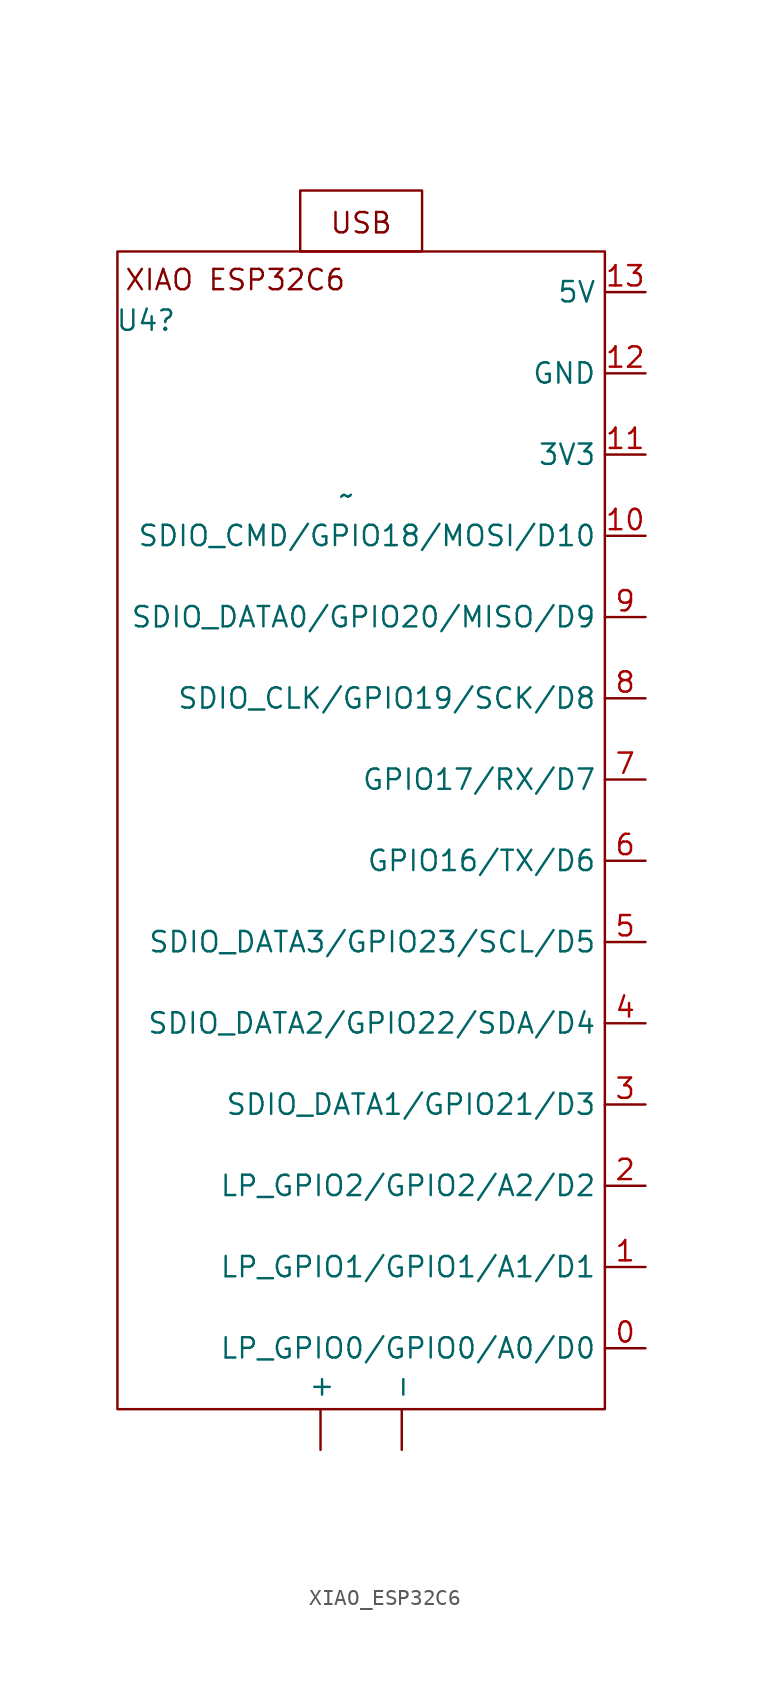
<source format=kicad_sym>
(kicad_symbol_lib
  (version 20231120)
  (generator "kicad_symbol_editor")
  (generator_version "8.0")
  (symbol "XIAO_ESP32C6"
    (property "Reference" "U4"
      (at -13.462 28.702 0)
      (effects (font (size 1.27 1.27))))
    (property "Value" "~"
      (at -0.917 17.78 0)
      (effects (font (size 1.27 1.27))))
    (symbol "XIAO_ESP32C6_0_1"
      (rectangle (start -15.24 33.02) (end 15.24 -39.37) (stroke (width 0) (type default)) (fill (type none))))
    (symbol "XIAO_ESP32C6_1_1"
      (rectangle (start -3.81 36.83) (end 3.81 33.02) (stroke (width 0) (type default)) (fill (type none)))
      (text "USB" (at 0 34.798 0) (effects (font (size 1.27 1.27))))
      (text "XIAO ESP32C6" (at -7.874 31.242 0) (effects (font (size 1.27 1.27))))
      (pin power_in line (at -2.54 -41.91 90) (length 2.54) (name "+" (effects (font (size 1.27 1.27)))) (number "" (effects (font (size 1.27 1.27)))))
      (pin power_in line (at 2.54 -41.91 90) (length 2.54) (name "-" (effects (font (size 1.27 1.27)))) (number "" (effects (font (size 1.27 1.27)))))
      (pin bidirectional line (at 17.78 -35.56 180) (length 2.54) (name "LP_GPIO0/GPIO0/A0/D0" (effects (font (size 1.27 1.27)))) (number "0" (effects (font (size 1.27 1.27)))))
      (pin bidirectional line (at 17.78 -30.48 180) (length 2.54) (name "LP_GPIO1/GPIO1/A1/D1" (effects (font (size 1.27 1.27)))) (number "1" (effects (font (size 1.27 1.27)))))
      (pin bidirectional line (at 17.78 15.24 180) (length 2.54) (name "SDIO_CMD/GPIO18/MOSI/D10" (effects (font (size 1.27 1.27)))) (number "10" (effects (font (size 1.27 1.27)))))
      (pin power_in line (at 17.78 20.32 180) (length 2.54) (name "3V3" (effects (font (size 1.27 1.27)))) (number "11" (effects (font (size 1.27 1.27)))))
      (pin power_in line (at 17.78 25.4 180) (length 2.54) (name "GND" (effects (font (size 1.27 1.27)))) (number "12" (effects (font (size 1.27 1.27)))))
      (pin power_in line (at 17.78 30.48 180) (length 2.54) (name "5V" (effects (font (size 1.27 1.27)))) (number "13" (effects (font (size 1.27 1.27)))))
      (pin bidirectional line (at 17.78 -25.4 180) (length 2.54) (name "LP_GPIO2/GPIO2/A2/D2" (effects (font (size 1.27 1.27)))) (number "2" (effects (font (size 1.27 1.27)))))
      (pin bidirectional line (at 17.78 -20.32 180) (length 2.54) (name "SDIO_DATA1/GPIO21/D3" (effects (font (size 1.27 1.27)))) (number "3" (effects (font (size 1.27 1.27)))))
      (pin bidirectional line (at 17.78 -15.24 180) (length 2.54) (name "SDIO_DATA2/GPIO22/SDA/D4" (effects (font (size 1.27 1.27)))) (number "4" (effects (font (size 1.27 1.27)))))
      (pin bidirectional line (at 17.78 -10.16 180) (length 2.54) (name "SDIO_DATA3/GPIO23/SCL/D5" (effects (font (size 1.27 1.27)))) (number "5" (effects (font (size 1.27 1.27)))))
      (pin bidirectional line (at 17.78 -5.08 180) (length 2.54) (name "GPIO16/TX/D6" (effects (font (size 1.27 1.27)))) (number "6" (effects (font (size 1.27 1.27)))))
      (pin bidirectional line (at 17.78 0 180) (length 2.54) (name "GPIO17/RX/D7" (effects (font (size 1.27 1.27)))) (number "7" (effects (font (size 1.27 1.27)))))
      (pin bidirectional line (at 17.78 5.08 180) (length 2.54) (name "SDIO_CLK/GPIO19/SCK/D8" (effects (font (size 1.27 1.27)))) (number "8" (effects (font (size 1.27 1.27)))))
      (pin bidirectional line (at 17.78 10.16 180) (length 2.54) (name "SDIO_DATA0/GPIO20/MISO/D9" (effects (font (size 1.27 1.27)))) (number "9" (effects (font (size 1.27 1.27))))))))
</source>
